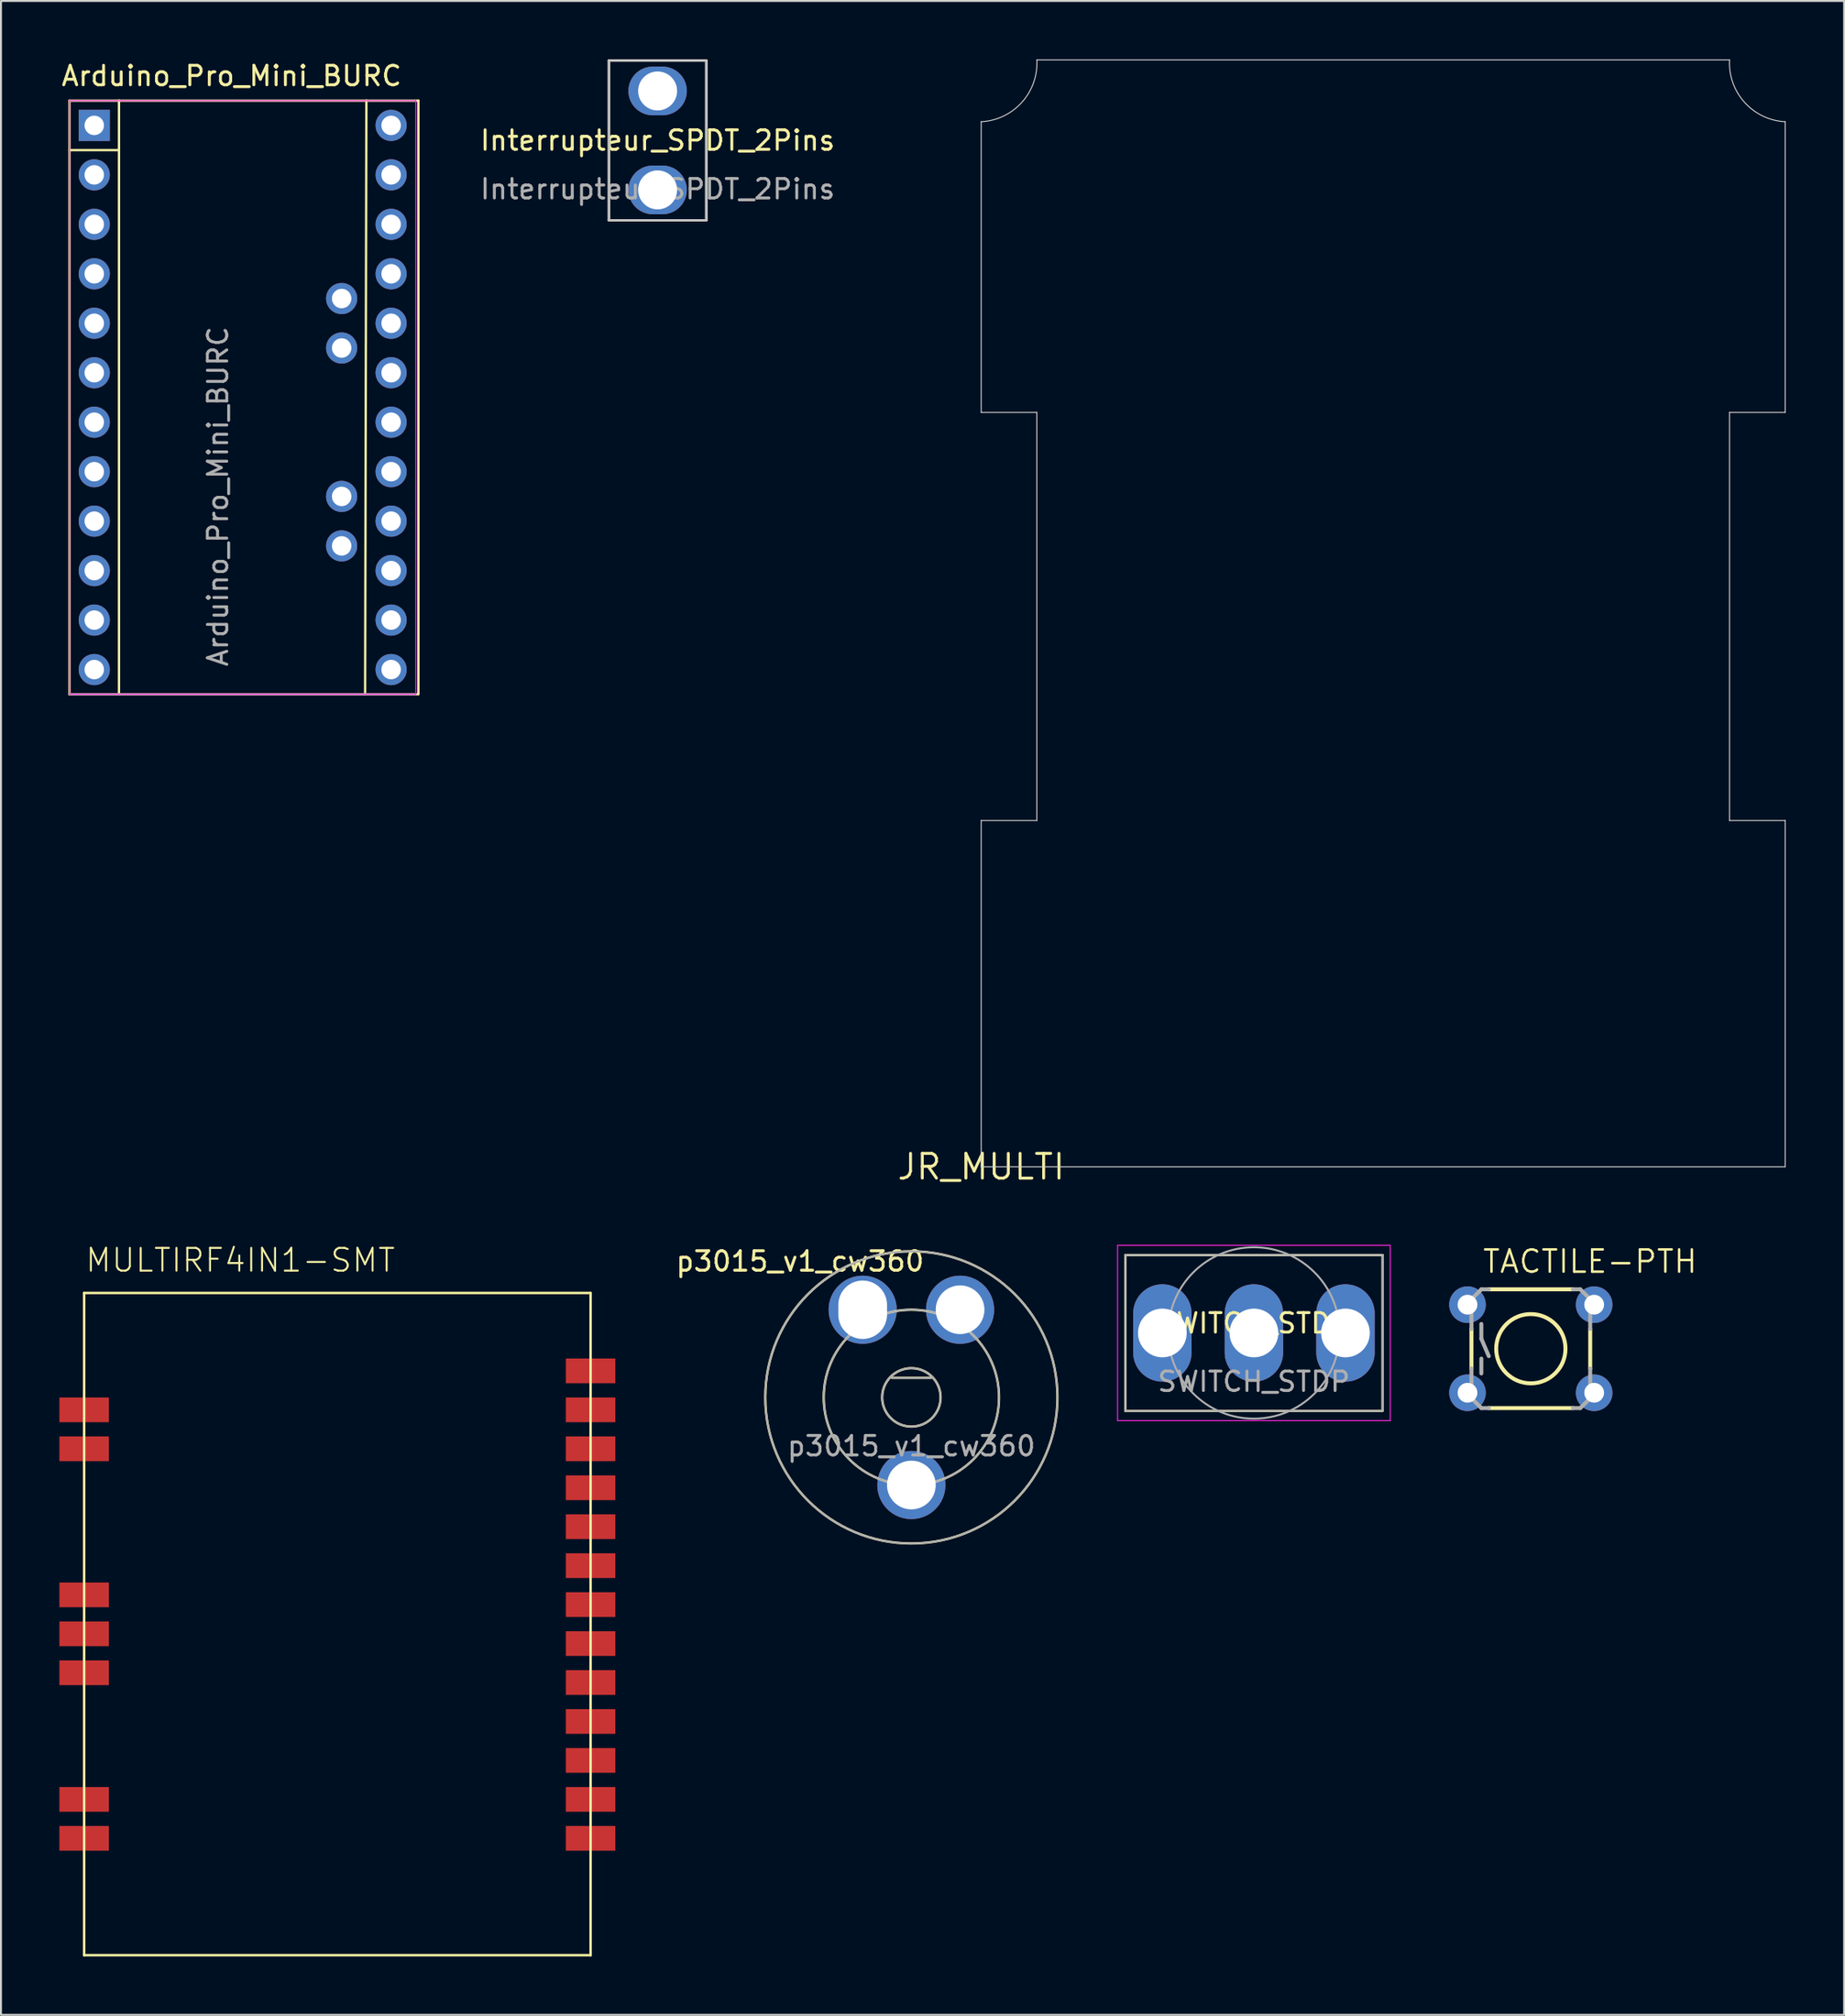
<source format=kicad_pcb>
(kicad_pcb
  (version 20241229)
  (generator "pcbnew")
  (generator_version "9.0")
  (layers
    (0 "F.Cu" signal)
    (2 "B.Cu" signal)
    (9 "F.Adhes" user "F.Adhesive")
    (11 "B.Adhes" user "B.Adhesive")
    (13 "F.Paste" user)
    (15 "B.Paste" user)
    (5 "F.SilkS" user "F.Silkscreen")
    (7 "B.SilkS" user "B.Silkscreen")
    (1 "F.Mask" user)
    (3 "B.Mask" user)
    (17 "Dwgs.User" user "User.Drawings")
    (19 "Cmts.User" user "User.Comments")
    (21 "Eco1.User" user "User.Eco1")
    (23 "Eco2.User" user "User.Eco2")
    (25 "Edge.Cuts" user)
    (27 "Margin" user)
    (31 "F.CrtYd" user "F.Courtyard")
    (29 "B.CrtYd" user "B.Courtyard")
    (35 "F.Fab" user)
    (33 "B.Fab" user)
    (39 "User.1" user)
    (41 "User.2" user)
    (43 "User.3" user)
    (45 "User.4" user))
  (footprint "TACTILE-PTH"
    (layer "F.Cu")
    (at 75.538 66.198)
    (property "Reference" "TACTILE-PTH" (at -2.54 -3.81 0) (layer "F.SilkS") (effects (font (size 1.143 1.143) (thickness 0.127)) (justify left bottom)))
    (fp_line (start -3.048 -1.028) (end -3.048 1.016) (stroke (width 0.203) (type solid)) (layer "F.SilkS"))
    (fp_line (start -2.159 3.048) (end 2.159 3.048) (stroke (width 0.203) (type solid)) (layer "F.SilkS"))
    (fp_line (start 2.159 -3.048) (end -2.159 -3.048) (stroke (width 0.203) (type solid)) (layer "F.SilkS"))
    (fp_line (start 3.048 -0.998) (end 3.048 1.016) (stroke (width 0.203) (type solid)) (layer "F.SilkS"))
    (fp_circle (center 0 0) (end 1.778 0) (stroke (width 0.203) (type solid)) (fill no) (layer "F.SilkS"))
    (fp_line (start -3.048 -2.54) (end -3.048 -1.016) (stroke (width 0.203) (type solid)) (layer "F.Fab"))
    (fp_line (start -3.048 2.54) (end -3.048 1.016) (stroke (width 0.203) (type solid)) (layer "F.Fab"))
    (fp_line (start -2.54 -3.048) (end -3.048 -2.54) (stroke (width 0.203) (type solid)) (layer "F.Fab"))
    (fp_line (start -2.54 -3.048) (end -2.159 -3.048) (stroke (width 0.203) (type solid)) (layer "F.Fab"))
    (fp_line (start -2.54 -1.27) (end -2.54 -0.508) (stroke (width 0.203) (type solid)) (layer "F.Fab"))
    (fp_line (start -2.54 -0.508) (end -2.159 0.381) (stroke (width 0.203) (type solid)) (layer "F.Fab"))
    (fp_line (start -2.54 0.508) (end -2.54 1.27) (stroke (width 0.203) (type solid)) (layer "F.Fab"))
    (fp_line (start -2.54 3.048) (end -3.048 2.54) (stroke (width 0.203) (type solid)) (layer "F.Fab"))
    (fp_line (start -2.54 3.048) (end -2.159 3.048) (stroke (width 0.203) (type solid)) (layer "F.Fab"))
    (fp_line (start 2.54 -3.048) (end 2.159 -3.048) (stroke (width 0.203) (type solid)) (layer "F.Fab"))
    (fp_line (start 2.54 3.048) (end 2.159 3.048) (stroke (width 0.203) (type solid)) (layer "F.Fab"))
    (fp_line (start 2.54 3.048) (end 3.048 2.54) (stroke (width 0.203) (type solid)) (layer "F.Fab"))
    (fp_line (start 3.048 -2.54) (end 2.54 -3.048) (stroke (width 0.203) (type solid)) (layer "F.Fab"))
    (fp_line (start 3.048 -1.016) (end 3.048 -2.54) (stroke (width 0.203) (type solid)) (layer "F.Fab"))
    (fp_line (start 3.048 2.54) (end 3.048 1.016) (stroke (width 0.203) (type solid)) (layer "F.Fab"))
    (pad "1" thru_hole circle (at -3.251 -2.261) (size 1.88 1.88) (drill 1.016) (layers "*.Cu" "*.Mask"))
    (pad "2" thru_hole circle (at 3.251 -2.261) (size 1.88 1.88) (drill 1.016) (layers "*.Cu" "*.Mask"))
    (pad "3" thru_hole circle (at -3.251 2.261) (size 1.88 1.88) (drill 1.016) (layers "*.Cu" "*.Mask"))
    (pad "4" thru_hole circle (at 3.251 2.261) (size 1.88 1.88) (drill 1.016) (layers "*.Cu" "*.Mask")))
  (footprint "p3015_v1_cw360"
    (layer "F.Cu")
    (at 43.737 68.697)
    (property "Reference" "p3015_v1_cw360" (at -5.715 -6.985 0) (unlocked yes) (layer "F.SilkS") (effects (font (size 1 1) (thickness 0.15))))
    (attr through_hole)
    (fp_line (start -1 -1) (end 1 -1) (stroke (width 0.12) (type solid)) (layer "F.SilkS"))
    (fp_circle (center 0 0) (end 1.5 0) (stroke (width 0.12) (type solid)) (fill no) (layer "F.SilkS"))
    (fp_circle (center 0 0) (end 4.5 0) (stroke (width 0.12) (type solid)) (fill no) (layer "F.SilkS"))
    (fp_circle (center 0 0) (end 7.5 0) (stroke (width 0.12) (type solid)) (fill no) (layer "F.SilkS"))
    (fp_line (start -1 -1) (end 1 -1) (stroke (width 0.1) (type solid)) (layer "F.Fab"))
    (fp_circle (center 0 0) (end 1.5 0) (stroke (width 0.1) (type solid)) (fill no) (layer "F.Fab"))
    (fp_circle (center 0 0) (end 4.5 0) (stroke (width 0.1) (type solid)) (fill no) (layer "F.Fab"))
    (fp_circle (center 0 0) (end 7.5 0) (stroke (width 0.1) (type solid)) (fill no) (layer "F.Fab"))
    (fp_text user "${REFERENCE}" (at 0 2.5 0) (unlocked yes) (layer "F.Fab") (effects (font (size 1 1) (thickness 0.15))))
    (pad "1" thru_hole circle (at 2.5 -4.5) (size 3.5 3.5) (drill 2.5) (layers "*.Cu" "*.Mask"))
    (pad "2" thru_hole circle (at 0 4.5) (size 3.5 3.5) (drill 2.5) (layers "*.Cu" "*.Mask"))
    (pad "3" thru_hole circle (at -2.5 -4.5) (size 3.5 3.5) (drill oval 2.5 3) (layers "*.Cu" "*.Mask")))
  (footprint "Interrupteur_SPDT_2Pins"
    (layer "F.Cu")
    (at 30.71 4.16)
    (property "Reference" "Interrupteur_SPDT_2Pins" (at 0 0 0) (unlocked yes) (layer "F.SilkS") (effects (font (size 1 1) (thickness 0.15))))
    (attr through_hole)
    (fp_line (start -2.5 -4.1) (end 2.5 -4.1) (stroke (width 0.12) (type solid)) (layer "F.SilkS"))
    (fp_line (start -2.5 4.1) (end -2.5 -4.1) (stroke (width 0.12) (type solid)) (layer "F.SilkS"))
    (fp_line (start 2.5 -4.1) (end 2.5 4.1) (stroke (width 0.12) (type solid)) (layer "F.SilkS"))
    (fp_line (start 2.5 4.1) (end -2.5 4.1) (stroke (width 0.12) (type solid)) (layer "F.SilkS"))
    (fp_line (start -2.5 -4.1) (end 2.5 -4.1) (stroke (width 0.12) (type solid)) (layer "Dwgs.User"))
    (fp_line (start -2.5 4.1) (end -2.5 -4.1) (stroke (width 0.12) (type solid)) (layer "Dwgs.User"))
    (fp_line (start 2.5 -4.1) (end 2.5 4.1) (stroke (width 0.12) (type solid)) (layer "Dwgs.User"))
    (fp_line (start 2.5 4.1) (end -2.5 4.1) (stroke (width 0.12) (type solid)) (layer "Dwgs.User"))
    (fp_text user "${REFERENCE}" (at 0 2.5 0) (unlocked yes) (layer "F.Fab") (effects (font (size 1 1) (thickness 0.15))))
    (pad "1" thru_hole oval (at 0 -2.54) (size 3 2.5) (drill 2) (layers "*.Cu" "*.Mask"))
    (pad "2" thru_hole oval (at 0 2.54) (size 3 2.5) (drill 2) (layers "*.Cu" "*.Mask")))
  (footprint "SWITCH_STDP"
    (layer "F.Cu")
    (at 61.322 65.389)
    (property "Reference" "SWITCH_STDP" (at 0 -0.5 0) (unlocked yes) (layer "F.SilkS") (effects (font (size 1 1) (thickness 0.15))))
    (attr through_hole)
    (fp_line (start -6.6 -4) (end -6.6 4) (stroke (width 0.12) (type solid)) (layer "F.SilkS"))
    (fp_line (start -6.6 4) (end 6.6 4) (stroke (width 0.12) (type solid)) (layer "F.SilkS"))
    (fp_line (start 6.6 -4) (end -6.6 -4) (stroke (width 0.12) (type solid)) (layer "F.SilkS"))
    (fp_line (start 6.6 4) (end 6.6 -4) (stroke (width 0.12) (type solid)) (layer "F.SilkS"))
    (fp_line (start -7 -4.5) (end -7 4.5) (stroke (width 0.05) (type solid)) (layer "F.CrtYd"))
    (fp_line (start -7 4.5) (end 0 4.5) (stroke (width 0.05) (type solid)) (layer "F.CrtYd"))
    (fp_line (start 0 4.5) (end 7 4.5) (stroke (width 0.05) (type solid)) (layer "F.CrtYd"))
    (fp_line (start 7 -4.5) (end -7 -4.5) (stroke (width 0.05) (type solid)) (layer "F.CrtYd"))
    (fp_line (start 7 4.5) (end 7 -4.5) (stroke (width 0.05) (type solid)) (layer "F.CrtYd"))
    (fp_line (start -6.6 -4) (end -6.6 4) (stroke (width 0.1) (type solid)) (layer "F.Fab"))
    (fp_line (start -6.6 -4) (end 6.6 -4) (stroke (width 0.1) (type solid)) (layer "F.Fab"))
    (fp_line (start -6.6 4) (end 6.6 4) (stroke (width 0.1) (type solid)) (layer "F.Fab"))
    (fp_line (start 6.6 -4) (end 6.6 4) (stroke (width 0.1) (type solid)) (layer "F.Fab"))
    (fp_circle (center 0 0) (end 4.4 0) (stroke (width 0.1) (type solid)) (fill no) (layer "F.Fab"))
    (fp_text user "${REFERENCE}" (at 0 2.5 0) (unlocked yes) (layer "F.Fab") (effects (font (size 1 1) (thickness 0.15))))
    (pad "1" thru_hole oval (at -4.7 0) (size 3 5) (drill 2.5) (layers "*.Cu" "*.Mask"))
    (pad "2" thru_hole oval (at 0 0) (size 3 5) (drill 2.5) (layers "*.Cu" "*.Mask"))
    (pad "3" thru_hole oval (at 4.7 0) (size 3 5) (drill 2.5) (layers "*.Cu" "*.Mask")))
  (footprint "Arduino_Pro_Mini_BURC"
    (layer "F.Cu")
    (at 1.789 3.388)
    (property "Reference" "Arduino_Pro_Mini_BURC" (at 7.05 -2.54 0) (layer "F.SilkS") (effects (font (size 1 1) (thickness 0.15))))
    (attr through_hole)
    (fp_line (start -1.27 -1.27) (end -1.27 29.21) (stroke (width 0.12) (type solid)) (layer "F.SilkS"))
    (fp_line (start -1.27 -1.27) (end 1.27 -1.27) (stroke (width 0.12) (type solid)) (layer "F.SilkS"))
    (fp_line (start 1.27 -1.27) (end 13.97 -1.27) (stroke (width 0.12) (type solid)) (layer "F.SilkS"))
    (fp_line (start 1.27 1.27) (end -1.27 1.27) (stroke (width 0.12) (type solid)) (layer "F.SilkS"))
    (fp_line (start 1.27 1.27) (end 1.27 -1.27) (stroke (width 0.12) (type solid)) (layer "F.SilkS"))
    (fp_line (start 1.27 1.27) (end 1.27 29.21) (stroke (width 0.12) (type solid)) (layer "F.SilkS"))
    (fp_line (start 1.335 29.21) (end -1.27 29.21) (stroke (width 0.12) (type solid)) (layer "F.SilkS"))
    (fp_line (start 1.335 29.21) (end 13.905 29.21) (stroke (width 0.12) (type solid)) (layer "F.SilkS"))
    (fp_line (start 13.905 29.21) (end 16.575 29.21) (stroke (width 0.12) (type solid)) (layer "F.SilkS"))
    (fp_line (start 13.97 -1.27) (end 13.905 29.21) (stroke (width 0.12) (type solid)) (layer "F.SilkS"))
    (fp_line (start 13.97 -1.27) (end 16.64 -1.27) (stroke (width 0.12) (type solid)) (layer "F.SilkS"))
    (fp_line (start 16.64 29.21) (end 16.64 -1.27) (stroke (width 0.12) (type solid)) (layer "F.SilkS"))
    (fp_line (start -1.27 -1.27) (end -1.27 29.21) (stroke (width 0.05) (type solid)) (layer "F.CrtYd"))
    (fp_line (start 16.51 -1.27) (end -1.27 -1.27) (stroke (width 0.05) (type solid)) (layer "F.CrtYd"))
    (fp_line (start 16.51 29.21) (end -1.27 29.21) (stroke (width 0.05) (type solid)) (layer "F.CrtYd"))
    (fp_line (start 16.51 29.21) (end 16.51 -1.27) (stroke (width 0.05) (type solid)) (layer "F.CrtYd"))
    (fp_line (start 16.51 29.21) (end -1.27 29.21) (stroke (width 0.1) (type solid)) (layer "F.Fab"))
    (fp_text user "${REFERENCE}" (at 6.35 19.05 270) (layer "F.Fab") (effects (font (size 1 1) (thickness 0.15))))
    (pad "1" thru_hole rect (at 0 0) (size 1.6 1.6) (drill 1) (layers "*.Cu" "*.Mask"))
    (pad "2" thru_hole oval (at 0 2.54) (size 1.6 1.6) (drill 1) (layers "*.Cu" "*.Mask"))
    (pad "3" thru_hole oval (at 0 5.08) (size 1.6 1.6) (drill 1) (layers "*.Cu" "*.Mask"))
    (pad "4" thru_hole oval (at 0 7.62) (size 1.6 1.6) (drill 1) (layers "*.Cu" "*.Mask"))
    (pad "5" thru_hole oval (at 0 10.16) (size 1.6 1.6) (drill 1) (layers "*.Cu" "*.Mask"))
    (pad "6" thru_hole oval (at 0 12.7) (size 1.6 1.6) (drill 1) (layers "*.Cu" "*.Mask"))
    (pad "7" thru_hole oval (at 0 15.24) (size 1.6 1.6) (drill 1) (layers "*.Cu" "*.Mask"))
    (pad "8" thru_hole oval (at 0 17.78) (size 1.6 1.6) (drill 1) (layers "*.Cu" "*.Mask"))
    (pad "9" thru_hole oval (at 0 20.32) (size 1.6 1.6) (drill 1) (layers "*.Cu" "*.Mask"))
    (pad "10" thru_hole oval (at 0 22.86) (size 1.6 1.6) (drill 1) (layers "*.Cu" "*.Mask"))
    (pad "11" thru_hole oval (at 0 25.4) (size 1.6 1.6) (drill 1) (layers "*.Cu" "*.Mask"))
    (pad "12" thru_hole oval (at 0 27.94) (size 1.6 1.6) (drill 1) (layers "*.Cu" "*.Mask"))
    (pad "13" thru_hole oval (at 15.24 27.94) (size 1.6 1.6) (drill 1) (layers "*.Cu" "*.Mask"))
    (pad "14" thru_hole oval (at 15.24 25.4) (size 1.6 1.6) (drill 1) (layers "*.Cu" "*.Mask"))
    (pad "15" thru_hole oval (at 15.24 22.86) (size 1.6 1.6) (drill 1) (layers "*.Cu" "*.Mask"))
    (pad "16" thru_hole oval (at 15.24 20.32) (size 1.6 1.6) (drill 1) (layers "*.Cu" "*.Mask"))
    (pad "17" thru_hole oval (at 15.24 17.78) (size 1.6 1.6) (drill 1) (layers "*.Cu" "*.Mask"))
    (pad "18" thru_hole oval (at 15.24 15.24) (size 1.6 1.6) (drill 1) (layers "*.Cu" "*.Mask"))
    (pad "19" thru_hole oval (at 15.24 12.7) (size 1.6 1.6) (drill 1) (layers "*.Cu" "*.Mask"))
    (pad "20" thru_hole oval (at 15.24 10.16) (size 1.6 1.6) (drill 1) (layers "*.Cu" "*.Mask"))
    (pad "21" thru_hole oval (at 15.24 7.62) (size 1.6 1.6) (drill 1) (layers "*.Cu" "*.Mask"))
    (pad "22" thru_hole oval (at 15.24 5.08) (size 1.6 1.6) (drill 1) (layers "*.Cu" "*.Mask"))
    (pad "23" thru_hole oval (at 15.24 2.54) (size 1.6 1.6) (drill 1) (layers "*.Cu" "*.Mask"))
    (pad "24" thru_hole oval (at 15.24 0) (size 1.6 1.6) (drill 1) (layers "*.Cu" "*.Mask"))
    (pad "25" thru_hole oval (at 12.7 8.89) (size 1.6 1.6) (drill 1) (layers "*.Cu" "*.Mask"))
    (pad "26" thru_hole oval (at 12.7 11.43) (size 1.6 1.6) (drill 1) (layers "*.Cu" "*.Mask"))
    (pad "27" thru_hole oval (at 12.7 19.05) (size 1.6 1.6) (drill 1) (layers "*.Cu" "*.Mask"))
    (pad "28" thru_hole oval (at 12.7 21.59) (size 1.6 1.6) (drill 1) (layers "*.Cu" "*.Mask")))
  (footprint "MULTIRF4IN1-SMT"
    (layer "F.Cu")
    (at 14.27 80.337)
    (property "Reference" "MULTIRF4IN1-SMT" (at -13 -18 0) (layer "F.SilkS") (effects (font (size 1.168 1.168) (thickness 0.102)) (justify left bottom)))
    (fp_line (start -13 -17) (end -13 17) (stroke (width 0.127) (type solid)) (layer "F.SilkS"))
    (fp_line (start -13 17) (end 13 17) (stroke (width 0.127) (type solid)) (layer "F.SilkS"))
    (fp_line (start 13 -17) (end -13 -17) (stroke (width 0.127) (type solid)) (layer "F.SilkS"))
    (fp_line (start 13 17) (end 13 -17) (stroke (width 0.127) (type solid)) (layer "F.SilkS"))
    (pad "CE_2401" smd rect (at 13 -13) (size 2.54 1.27) (layers "F.Cu" "F.Mask" "F.Paste"))
    (pad "CS_2401" smd rect (at 13 -1) (size 2.54 1.27) (layers "F.Cu" "F.Mask" "F.Paste"))
    (pad "CS_2500" smd rect (at 13 1) (size 2.54 1.27) (layers "F.Cu" "F.Mask" "F.Paste"))
    (pad "CS_6936" smd rect (at 13 -3) (size 2.54 1.27) (layers "F.Cu" "F.Mask" "F.Paste"))
    (pad "CS_7105" smd rect (at 13 3) (size 2.54 1.27) (layers "F.Cu" "F.Mask" "F.Paste"))
    (pad "GND" smd rect (at 13 9) (size 2.54 1.27) (layers "F.Cu" "F.Mask" "F.Paste"))
    (pad "GND@1" smd rect (at -13 -11) (size 2.54 1.27) (layers "F.Cu" "F.Mask" "F.Paste"))
    (pad "GND@2" smd rect (at -13 -9) (size 2.54 1.27) (layers "F.Cu" "F.Mask" "F.Paste"))
    (pad "GND@3" smd rect (at -13 -1.5) (size 2.54 1.27) (layers "F.Cu" "F.Mask" "F.Paste"))
    (pad "GND@4" smd rect (at -13 2.5) (size 2.54 1.27) (layers "F.Cu" "F.Mask" "F.Paste"))
    (pad "GND@5" smd rect (at -13 9) (size 2.54 1.27) (layers "F.Cu" "F.Mask" "F.Paste"))
    (pad "GND@6" smd rect (at -13 11) (size 2.54 1.27) (layers "F.Cu" "F.Mask" "F.Paste"))
    (pad "MISO" smd rect (at 13 -9) (size 2.54 1.27) (layers "F.Cu" "F.Mask" "F.Paste"))
    (pad "MOSI" smd rect (at 13 -7) (size 2.54 1.27) (layers "F.Cu" "F.Mask" "F.Paste"))
    (pad "PE1" smd rect (at 13 7) (size 2.54 1.27) (layers "F.Cu" "F.Mask" "F.Paste"))
    (pad "PE2" smd rect (at 13 5) (size 2.54 1.27) (layers "F.Cu" "F.Mask" "F.Paste"))
    (pad "RF" smd rect (at -13 0.5) (size 2.54 1.27) (layers "F.Cu" "F.Mask" "F.Paste"))
    (pad "RST_CYFR" smd rect (at 13 -11) (size 2.54 1.27) (layers "F.Cu" "F.Mask" "F.Paste"))
    (pad "SCK" smd rect (at 13 -5) (size 2.54 1.27) (layers "F.Cu" "F.Mask" "F.Paste"))
    (pad "VCC" smd rect (at 13 11) (size 2.54 1.27) (layers "F.Cu" "F.Mask" "F.Paste")))
  (footprint "JR_MULTI"
    (layer "F.Cu")
    (at 47.322 56.858)
    (property "Reference" "JR_MULTI" (at 0 0 0) (layer "F.SilkS") (effects (font (size 1.27 1.27) (thickness 0.15))))
    (fp_line (start 0 -38.735) (end 0 -53.657) (stroke (width 0.05) (type solid)) (layer "Edge.Cuts"))
    (fp_line (start 0 0) (end 0 -17.78) (stroke (width 0.05) (type solid)) (layer "Edge.Cuts"))
    (fp_line (start 0 0) (end 41.275 0) (stroke (width 0.05) (type solid)) (layer "Edge.Cuts"))
    (fp_line (start 2.857 -56.833) (end 38.417 -56.833) (stroke (width 0.05) (type solid)) (layer "Edge.Cuts"))
    (fp_line (start 2.857 -38.735) (end 0 -38.735) (stroke (width 0.05) (type solid)) (layer "Edge.Cuts"))
    (fp_line (start 2.857 -17.78) (end 0 -17.78) (stroke (width 0.05) (type solid)) (layer "Edge.Cuts"))
    (fp_line (start 2.857 -17.78) (end 2.857 -38.735) (stroke (width 0.05) (type solid)) (layer "Edge.Cuts"))
    (fp_line (start 38.417 -17.78) (end 38.417 -38.735) (stroke (width 0.05) (type solid)) (layer "Edge.Cuts"))
    (fp_line (start 41.275 -38.735) (end 38.417 -38.735) (stroke (width 0.05) (type solid)) (layer "Edge.Cuts"))
    (fp_line (start 41.275 -38.735) (end 41.275 -53.657) (stroke (width 0.05) (type solid)) (layer "Edge.Cuts"))
    (fp_line (start 41.275 -17.78) (end 38.417 -17.78) (stroke (width 0.05) (type solid)) (layer "Edge.Cuts"))
    (fp_line (start 41.275 0) (end 41.275 -17.78) (stroke (width 0.05) (type solid)) (layer "Edge.Cuts"))
    (fp_arc (start 2.8575 -56.8325) (mid 2.086314 -54.653192) (end 0 -53.6575) (stroke (width 0.05) (type solid)) (layer "Edge.Cuts"))
    (fp_arc (start 41.275 -53.6575) (mid 39.188686 -54.653192) (end 38.4175 -56.8325) (stroke (width 0.05) (type solid)) (layer "Edge.Cuts")))
  (gr_rect
    (start -3 -3)
    (end 91.622 100.4)
    (stroke (width 0.1) (type default))
    (fill no)
    (layer "Edge.Cuts")))
</source>
